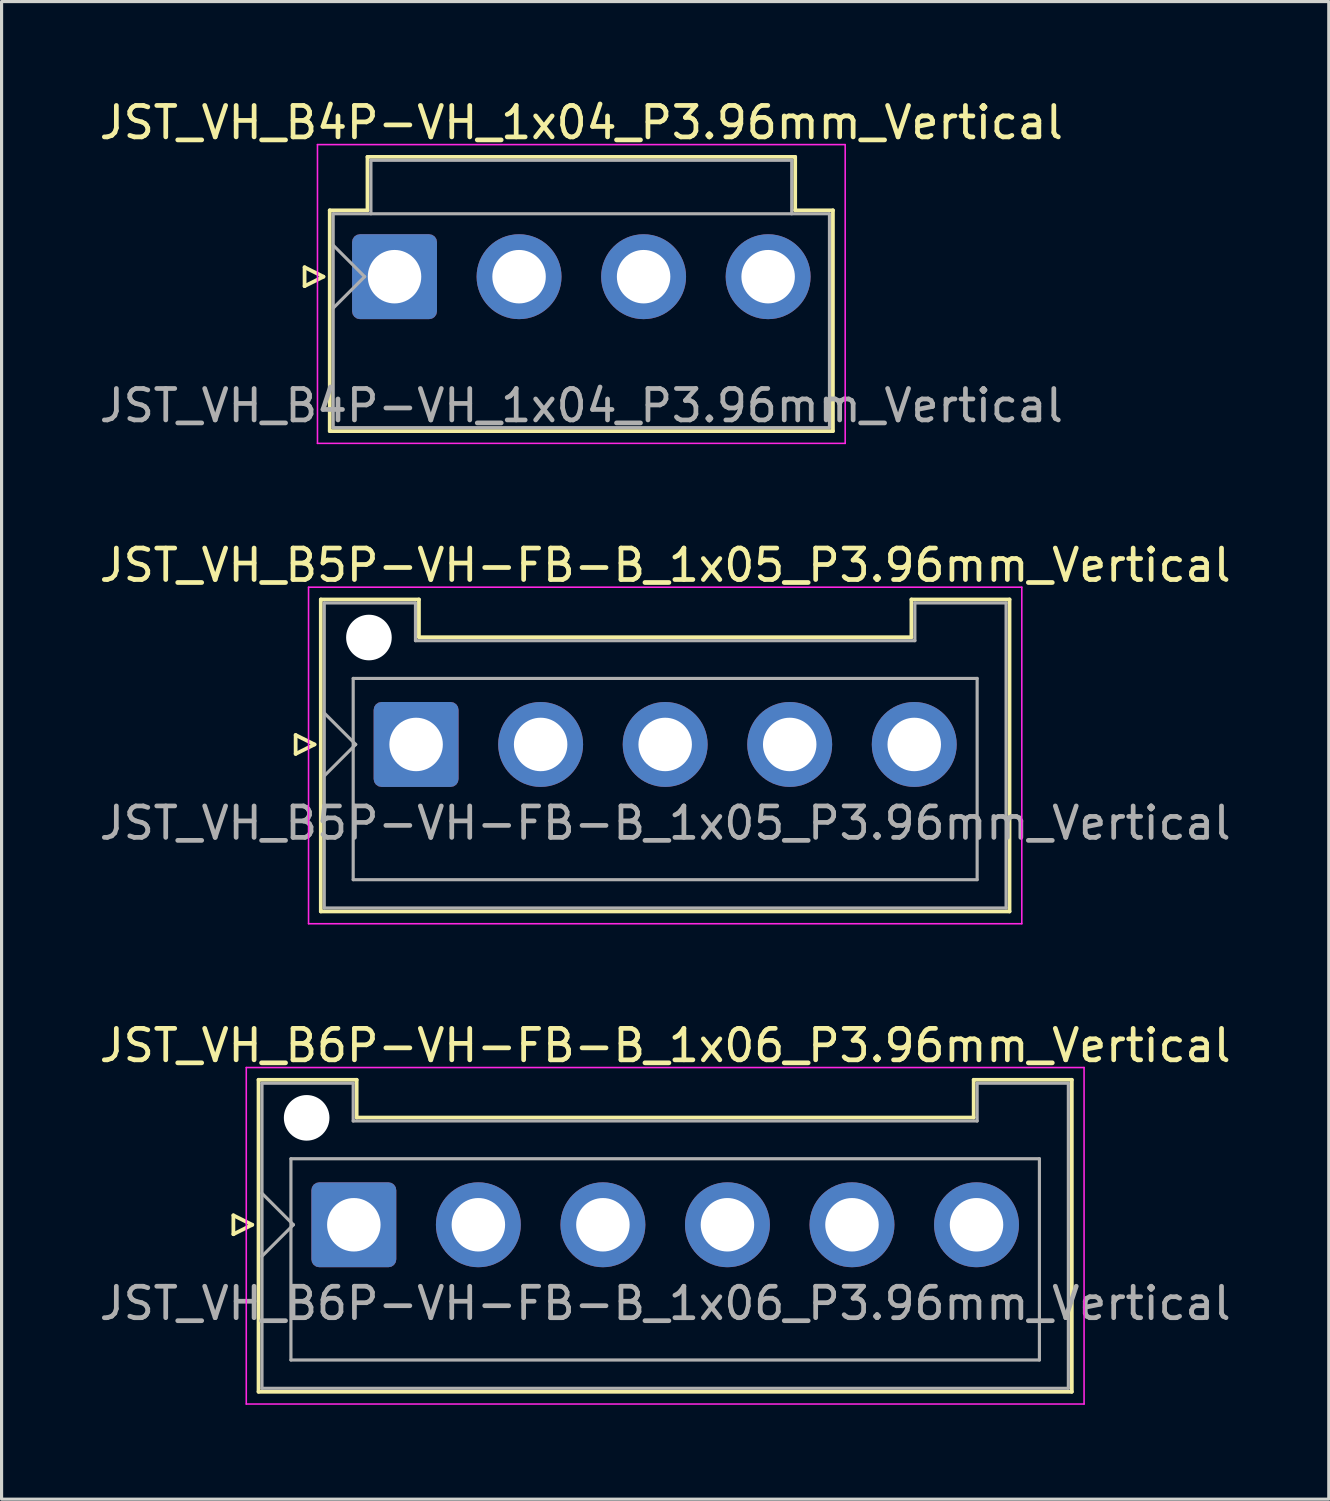
<source format=kicad_pcb>
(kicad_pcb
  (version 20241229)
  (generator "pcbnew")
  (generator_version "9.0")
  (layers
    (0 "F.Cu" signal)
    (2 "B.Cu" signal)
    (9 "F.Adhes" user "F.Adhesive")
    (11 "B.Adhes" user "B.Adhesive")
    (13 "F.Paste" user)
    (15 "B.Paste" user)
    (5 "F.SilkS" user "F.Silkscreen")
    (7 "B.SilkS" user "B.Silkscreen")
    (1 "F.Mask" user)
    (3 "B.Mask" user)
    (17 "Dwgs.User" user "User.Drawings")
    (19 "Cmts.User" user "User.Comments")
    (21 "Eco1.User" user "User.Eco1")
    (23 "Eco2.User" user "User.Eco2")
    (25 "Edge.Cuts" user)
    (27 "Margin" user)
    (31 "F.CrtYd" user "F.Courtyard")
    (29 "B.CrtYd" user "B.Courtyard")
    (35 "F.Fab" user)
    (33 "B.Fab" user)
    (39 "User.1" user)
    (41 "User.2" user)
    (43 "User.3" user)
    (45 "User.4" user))
  (footprint "JST_VH_B6P-VH-FB-B_1x06_P3.96mm_Vertical"
    (layer "F.Cu")
    (at 8.201 35.895)
    (property "Reference" "JST_VH_B6P-VH-FB-B_1x06_P3.96mm_Vertical" (at 9.9 -5.7 0) (layer "F.SilkS") (effects (font (size 1 1) (thickness 0.15))))
    (attr through_hole)
    (fp_line (start -3.83 -0.3) (end -3.23 0) (stroke (width 0.12) (type solid)) (layer "F.SilkS"))
    (fp_line (start -3.83 0.3) (end -3.83 -0.3) (stroke (width 0.12) (type solid)) (layer "F.SilkS"))
    (fp_line (start -3.23 0) (end -3.83 0.3) (stroke (width 0.12) (type solid)) (layer "F.SilkS"))
    (fp_line (start -3.03 -4.61) (end 0.09 -4.61) (stroke (width 0.12) (type solid)) (layer "F.SilkS"))
    (fp_line (start -3.03 5.31) (end -3.03 -4.61) (stroke (width 0.12) (type solid)) (layer "F.SilkS"))
    (fp_line (start 0.09 -4.61) (end 0.09 -3.41) (stroke (width 0.12) (type solid)) (layer "F.SilkS"))
    (fp_line (start 0.09 -3.41) (end 19.71 -3.41) (stroke (width 0.12) (type solid)) (layer "F.SilkS"))
    (fp_line (start 19.71 -4.61) (end 22.83 -4.61) (stroke (width 0.12) (type solid)) (layer "F.SilkS"))
    (fp_line (start 19.71 -3.41) (end 19.71 -4.61) (stroke (width 0.12) (type solid)) (layer "F.SilkS"))
    (fp_line (start 22.83 -4.61) (end 22.83 5.31) (stroke (width 0.12) (type solid)) (layer "F.SilkS"))
    (fp_line (start 22.83 5.31) (end -3.03 5.31) (stroke (width 0.12) (type solid)) (layer "F.SilkS"))
    (fp_line (start -3.42 -5) (end -3.42 5.7) (stroke (width 0.05) (type solid)) (layer "F.CrtYd"))
    (fp_line (start -3.42 5.7) (end 23.22 5.7) (stroke (width 0.05) (type solid)) (layer "F.CrtYd"))
    (fp_line (start 23.22 -5) (end -3.42 -5) (stroke (width 0.05) (type solid)) (layer "F.CrtYd"))
    (fp_line (start 23.22 5.7) (end 23.22 -5) (stroke (width 0.05) (type solid)) (layer "F.CrtYd"))
    (fp_line (start -2.92 -4.5) (end -0.02 -4.5) (stroke (width 0.1) (type solid)) (layer "F.Fab"))
    (fp_line (start -2.92 -1) (end -1.92 0) (stroke (width 0.1) (type solid)) (layer "F.Fab"))
    (fp_line (start -2.92 1) (end -1.92 0) (stroke (width 0.1) (type solid)) (layer "F.Fab"))
    (fp_line (start -2.92 5.2) (end -2.92 -4.5) (stroke (width 0.1) (type solid)) (layer "F.Fab"))
    (fp_line (start -2 -2.1) (end 21.8 -2.1) (stroke (width 0.1) (type solid)) (layer "F.Fab"))
    (fp_line (start -2 4.3) (end -2 -2.1) (stroke (width 0.1) (type solid)) (layer "F.Fab"))
    (fp_line (start -0.02 -4.5) (end -0.02 -3.3) (stroke (width 0.1) (type solid)) (layer "F.Fab"))
    (fp_line (start -0.02 -3.3) (end 19.82 -3.3) (stroke (width 0.1) (type solid)) (layer "F.Fab"))
    (fp_line (start 19.82 -4.5) (end 22.72 -4.5) (stroke (width 0.1) (type solid)) (layer "F.Fab"))
    (fp_line (start 19.82 -3.3) (end 19.82 -4.5) (stroke (width 0.1) (type solid)) (layer "F.Fab"))
    (fp_line (start 21.8 -2.1) (end 21.8 4.3) (stroke (width 0.1) (type solid)) (layer "F.Fab"))
    (fp_line (start 21.8 4.3) (end -2 4.3) (stroke (width 0.1) (type solid)) (layer "F.Fab"))
    (fp_line (start 22.72 -4.5) (end 22.72 5.2) (stroke (width 0.1) (type solid)) (layer "F.Fab"))
    (fp_line (start 22.72 5.2) (end -2.92 5.2) (stroke (width 0.1) (type solid)) (layer "F.Fab"))
    (fp_text user "${REFERENCE}" (at 9.9 2.5 0) (layer "F.Fab") (effects (font (size 1 1) (thickness 0.15))))
    (pad "" np_thru_hole circle (at -1.5 -3.4) (size 1.45 1.45) (drill 1.45) (layers "*.Cu" "*.Mask"))
    (pad "1" thru_hole roundrect (at 0 0) (size 2.7 2.7) (drill 1.7) (layers "*.Cu" "*.Mask") (roundrect_rratio 0.093))
    (pad "2" thru_hole circle (at 3.96 0) (size 2.7 2.7) (drill 1.7) (layers "*.Cu" "*.Mask"))
    (pad "3" thru_hole circle (at 7.92 0) (size 2.7 2.7) (drill 1.7) (layers "*.Cu" "*.Mask"))
    (pad "4" thru_hole circle (at 11.88 0) (size 2.7 2.7) (drill 1.7) (layers "*.Cu" "*.Mask"))
    (pad "5" thru_hole circle (at 15.84 0) (size 2.7 2.7) (drill 1.7) (layers "*.Cu" "*.Mask"))
    (pad "6" thru_hole circle (at 19.8 0) (size 2.7 2.7) (drill 1.7) (layers "*.Cu" "*.Mask")))
  (footprint "JST_VH_B5P-VH-FB-B_1x05_P3.96mm_Vertical"
    (layer "F.Cu")
    (at 10.181 20.622)
    (property "Reference" "JST_VH_B5P-VH-FB-B_1x05_P3.96mm_Vertical" (at 7.92 -5.7 0) (layer "F.SilkS") (effects (font (size 1 1) (thickness 0.15))))
    (attr through_hole)
    (fp_line (start -3.83 -0.3) (end -3.23 0) (stroke (width 0.12) (type solid)) (layer "F.SilkS"))
    (fp_line (start -3.83 0.3) (end -3.83 -0.3) (stroke (width 0.12) (type solid)) (layer "F.SilkS"))
    (fp_line (start -3.23 0) (end -3.83 0.3) (stroke (width 0.12) (type solid)) (layer "F.SilkS"))
    (fp_line (start -3.03 -4.61) (end 0.09 -4.61) (stroke (width 0.12) (type solid)) (layer "F.SilkS"))
    (fp_line (start -3.03 5.31) (end -3.03 -4.61) (stroke (width 0.12) (type solid)) (layer "F.SilkS"))
    (fp_line (start 0.09 -4.61) (end 0.09 -3.41) (stroke (width 0.12) (type solid)) (layer "F.SilkS"))
    (fp_line (start 0.09 -3.41) (end 15.75 -3.41) (stroke (width 0.12) (type solid)) (layer "F.SilkS"))
    (fp_line (start 15.75 -4.61) (end 18.87 -4.61) (stroke (width 0.12) (type solid)) (layer "F.SilkS"))
    (fp_line (start 15.75 -3.41) (end 15.75 -4.61) (stroke (width 0.12) (type solid)) (layer "F.SilkS"))
    (fp_line (start 18.87 -4.61) (end 18.87 5.31) (stroke (width 0.12) (type solid)) (layer "F.SilkS"))
    (fp_line (start 18.87 5.31) (end -3.03 5.31) (stroke (width 0.12) (type solid)) (layer "F.SilkS"))
    (fp_line (start -3.42 -5) (end -3.42 5.7) (stroke (width 0.05) (type solid)) (layer "F.CrtYd"))
    (fp_line (start -3.42 5.7) (end 19.26 5.7) (stroke (width 0.05) (type solid)) (layer "F.CrtYd"))
    (fp_line (start 19.26 -5) (end -3.42 -5) (stroke (width 0.05) (type solid)) (layer "F.CrtYd"))
    (fp_line (start 19.26 5.7) (end 19.26 -5) (stroke (width 0.05) (type solid)) (layer "F.CrtYd"))
    (fp_line (start -2.92 -4.5) (end -0.02 -4.5) (stroke (width 0.1) (type solid)) (layer "F.Fab"))
    (fp_line (start -2.92 -1) (end -1.92 0) (stroke (width 0.1) (type solid)) (layer "F.Fab"))
    (fp_line (start -2.92 1) (end -1.92 0) (stroke (width 0.1) (type solid)) (layer "F.Fab"))
    (fp_line (start -2.92 5.2) (end -2.92 -4.5) (stroke (width 0.1) (type solid)) (layer "F.Fab"))
    (fp_line (start -2 -2.1) (end 17.84 -2.1) (stroke (width 0.1) (type solid)) (layer "F.Fab"))
    (fp_line (start -2 4.3) (end -2 -2.1) (stroke (width 0.1) (type solid)) (layer "F.Fab"))
    (fp_line (start -0.02 -4.5) (end -0.02 -3.3) (stroke (width 0.1) (type solid)) (layer "F.Fab"))
    (fp_line (start -0.02 -3.3) (end 15.86 -3.3) (stroke (width 0.1) (type solid)) (layer "F.Fab"))
    (fp_line (start 15.86 -4.5) (end 18.76 -4.5) (stroke (width 0.1) (type solid)) (layer "F.Fab"))
    (fp_line (start 15.86 -3.3) (end 15.86 -4.5) (stroke (width 0.1) (type solid)) (layer "F.Fab"))
    (fp_line (start 17.84 -2.1) (end 17.84 4.3) (stroke (width 0.1) (type solid)) (layer "F.Fab"))
    (fp_line (start 17.84 4.3) (end -2 4.3) (stroke (width 0.1) (type solid)) (layer "F.Fab"))
    (fp_line (start 18.76 -4.5) (end 18.76 5.2) (stroke (width 0.1) (type solid)) (layer "F.Fab"))
    (fp_line (start 18.76 5.2) (end -2.92 5.2) (stroke (width 0.1) (type solid)) (layer "F.Fab"))
    (fp_text user "${REFERENCE}" (at 7.92 2.5 0) (layer "F.Fab") (effects (font (size 1 1) (thickness 0.15))))
    (pad "" np_thru_hole circle (at -1.5 -3.4) (size 1.45 1.45) (drill 1.45) (layers "*.Cu" "*.Mask"))
    (pad "1" thru_hole roundrect (at 0 0) (size 2.7 2.7) (drill 1.7) (layers "*.Cu" "*.Mask") (roundrect_rratio 0.093))
    (pad "2" thru_hole circle (at 3.96 0) (size 2.7 2.7) (drill 1.7) (layers "*.Cu" "*.Mask"))
    (pad "3" thru_hole circle (at 7.92 0) (size 2.7 2.7) (drill 1.7) (layers "*.Cu" "*.Mask"))
    (pad "4" thru_hole circle (at 11.88 0) (size 2.7 2.7) (drill 1.7) (layers "*.Cu" "*.Mask"))
    (pad "5" thru_hole circle (at 15.84 0) (size 2.7 2.7) (drill 1.7) (layers "*.Cu" "*.Mask")))
  (footprint "JST_VH_B4P-VH_1x04_P3.96mm_Vertical"
    (layer "F.Cu")
    (at 9.495 5.748)
    (property "Reference" "JST_VH_B4P-VH_1x04_P3.96mm_Vertical" (at 5.94 -4.9 0) (layer "F.SilkS") (effects (font (size 1 1) (thickness 0.15))))
    (attr through_hole)
    (fp_line (start -2.86 -0.3) (end -2.26 0) (stroke (width 0.12) (type solid)) (layer "F.SilkS"))
    (fp_line (start -2.86 0.3) (end -2.86 -0.3) (stroke (width 0.12) (type solid)) (layer "F.SilkS"))
    (fp_line (start -2.26 0) (end -2.86 0.3) (stroke (width 0.12) (type solid)) (layer "F.SilkS"))
    (fp_line (start -2.06 -2.11) (end -0.86 -2.11) (stroke (width 0.12) (type solid)) (layer "F.SilkS"))
    (fp_line (start -2.06 4.91) (end -2.06 -2.11) (stroke (width 0.12) (type solid)) (layer "F.SilkS"))
    (fp_line (start -0.86 -3.81) (end 12.74 -3.81) (stroke (width 0.12) (type solid)) (layer "F.SilkS"))
    (fp_line (start -0.86 -2.11) (end -0.86 -3.81) (stroke (width 0.12) (type solid)) (layer "F.SilkS"))
    (fp_line (start 12.74 -3.81) (end 12.74 -2.11) (stroke (width 0.12) (type solid)) (layer "F.SilkS"))
    (fp_line (start 12.74 -2.11) (end 13.94 -2.11) (stroke (width 0.12) (type solid)) (layer "F.SilkS"))
    (fp_line (start 13.94 -2.11) (end 13.94 4.91) (stroke (width 0.12) (type solid)) (layer "F.SilkS"))
    (fp_line (start 13.94 4.91) (end -2.06 4.91) (stroke (width 0.12) (type solid)) (layer "F.SilkS"))
    (fp_line (start -2.45 -4.2) (end -2.45 5.3) (stroke (width 0.05) (type solid)) (layer "F.CrtYd"))
    (fp_line (start -2.45 5.3) (end 14.33 5.3) (stroke (width 0.05) (type solid)) (layer "F.CrtYd"))
    (fp_line (start 14.33 -4.2) (end -2.45 -4.2) (stroke (width 0.05) (type solid)) (layer "F.CrtYd"))
    (fp_line (start 14.33 5.3) (end 14.33 -4.2) (stroke (width 0.05) (type solid)) (layer "F.CrtYd"))
    (fp_line (start -1.95 -2) (end -1.95 4.8) (stroke (width 0.1) (type solid)) (layer "F.Fab"))
    (fp_line (start -1.95 -1) (end -0.95 0) (stroke (width 0.1) (type solid)) (layer "F.Fab"))
    (fp_line (start -1.95 1) (end -0.95 0) (stroke (width 0.1) (type solid)) (layer "F.Fab"))
    (fp_line (start -1.95 4.8) (end 13.83 4.8) (stroke (width 0.1) (type solid)) (layer "F.Fab"))
    (fp_line (start -0.75 -3.7) (end 12.63 -3.7) (stroke (width 0.1) (type solid)) (layer "F.Fab"))
    (fp_line (start -0.75 -2) (end -0.75 -3.7) (stroke (width 0.1) (type solid)) (layer "F.Fab"))
    (fp_line (start 12.63 -3.7) (end 12.63 -2) (stroke (width 0.1) (type solid)) (layer "F.Fab"))
    (fp_line (start 13.83 -2) (end -1.95 -2) (stroke (width 0.1) (type solid)) (layer "F.Fab"))
    (fp_line (start 13.83 4.8) (end 13.83 -2) (stroke (width 0.1) (type solid)) (layer "F.Fab"))
    (fp_text user "${REFERENCE}" (at 5.94 4.1 0) (layer "F.Fab") (effects (font (size 1 1) (thickness 0.15))))
    (pad "1" thru_hole roundrect (at 0 0) (size 2.7 2.7) (drill 1.7) (layers "*.Cu" "*.Mask") (roundrect_rratio 0.093))
    (pad "2" thru_hole circle (at 3.96 0) (size 2.7 2.7) (drill 1.7) (layers "*.Cu" "*.Mask"))
    (pad "3" thru_hole circle (at 7.92 0) (size 2.7 2.7) (drill 1.7) (layers "*.Cu" "*.Mask"))
    (pad "4" thru_hole circle (at 11.88 0) (size 2.7 2.7) (drill 1.7) (layers "*.Cu" "*.Mask")))
  (gr_rect
    (start -3 -3)
    (end 39.202 44.62)
    (stroke (width 0.1) (type default))
    (fill no)
    (layer "Edge.Cuts")))
</source>
